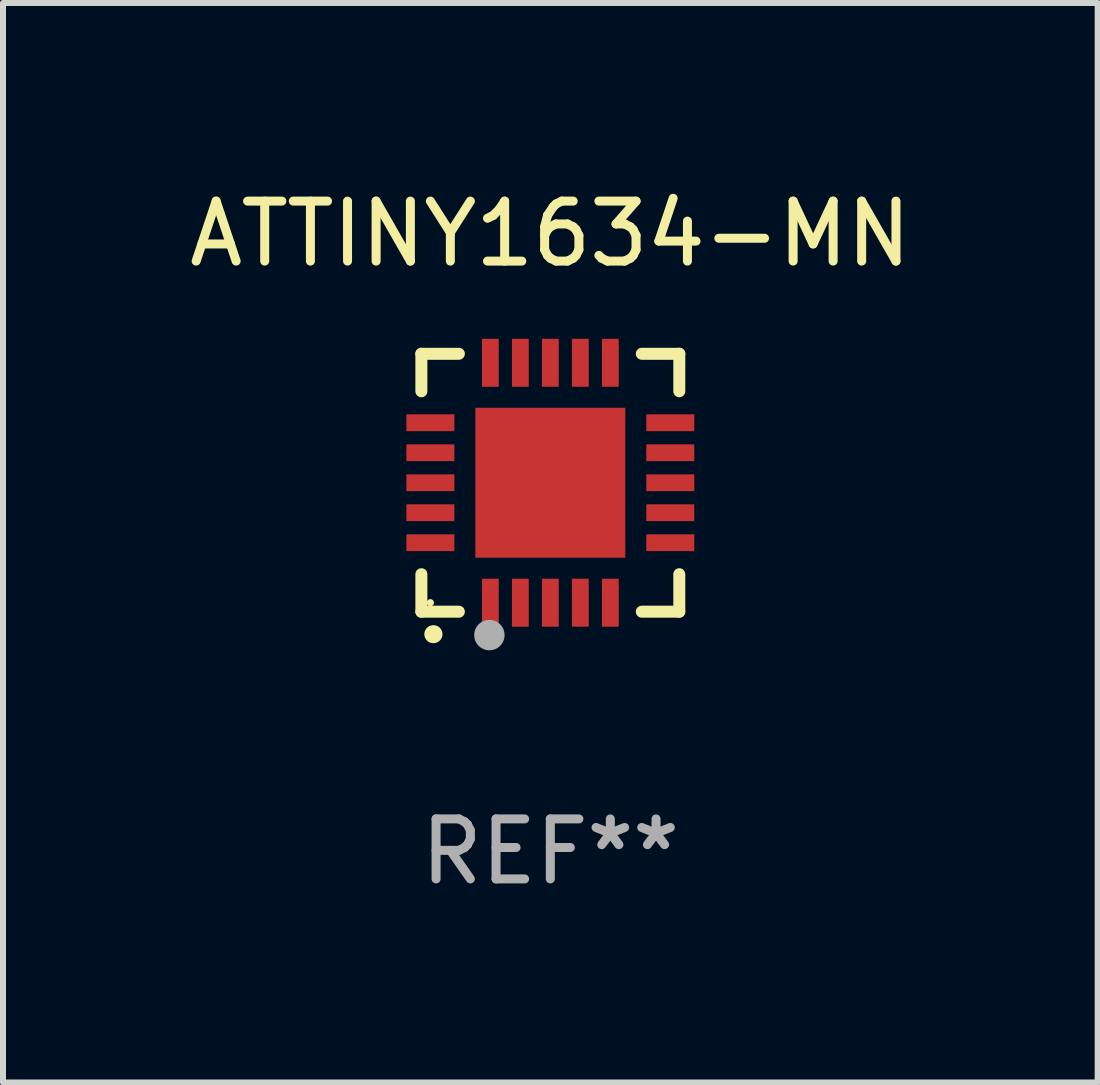
<source format=kicad_pcb>
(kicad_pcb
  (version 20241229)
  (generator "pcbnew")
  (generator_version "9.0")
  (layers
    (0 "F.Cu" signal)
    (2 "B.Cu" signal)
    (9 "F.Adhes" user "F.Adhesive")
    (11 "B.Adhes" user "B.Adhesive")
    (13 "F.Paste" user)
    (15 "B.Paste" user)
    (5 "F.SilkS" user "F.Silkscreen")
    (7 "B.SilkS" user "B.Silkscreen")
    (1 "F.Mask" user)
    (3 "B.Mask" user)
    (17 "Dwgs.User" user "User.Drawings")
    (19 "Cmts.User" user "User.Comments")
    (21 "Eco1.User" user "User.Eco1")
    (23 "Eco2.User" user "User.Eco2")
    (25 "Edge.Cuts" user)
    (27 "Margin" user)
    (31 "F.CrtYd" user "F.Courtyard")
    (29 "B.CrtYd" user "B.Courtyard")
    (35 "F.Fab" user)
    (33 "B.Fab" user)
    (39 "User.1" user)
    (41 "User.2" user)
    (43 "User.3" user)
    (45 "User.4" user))
  (footprint "ATTINY1634-MN"
    (layer "F.Cu")
    (at 6.125 4.998)
    (property "Reference" "ATTINY1634-MN" (at 0 -4.15 0) (layer "F.SilkS") (effects (font (size 1 1) (thickness 0.15))))
    (attr through_hole)
    (fp_line (start -2.15 -2.15) (end -2.15 -1.525) (stroke (width 0.2) (type solid)) (layer "F.SilkS"))
    (fp_line (start -2.15 2.15) (end -2.15 1.525) (stroke (width 0.2) (type solid)) (layer "F.SilkS"))
    (fp_line (start -1.525 -2.15) (end -2.15 -2.15) (stroke (width 0.2) (type solid)) (layer "F.SilkS"))
    (fp_line (start -1.525 2.15) (end -2.15 2.15) (stroke (width 0.2) (type solid)) (layer "F.SilkS"))
    (fp_line (start 1.525 2.15) (end 2.15 2.15) (stroke (width 0.2) (type solid)) (layer "F.SilkS"))
    (fp_line (start 2.15 -2.15) (end 1.525 -2.15) (stroke (width 0.2) (type solid)) (layer "F.SilkS"))
    (fp_line (start 2.15 -1.525) (end 2.15 -2.15) (stroke (width 0.2) (type solid)) (layer "F.SilkS"))
    (fp_line (start 2.15 2.15) (end 2.15 1.525) (stroke (width 0.2) (type solid)) (layer "F.SilkS"))
    (fp_arc (start -1.950724 2.524765) (mid -1.949454 2.52476) (end -1.948184 2.524765) (stroke (width 0.3) (type solid)) (layer "F.SilkS"))
    (fp_circle (center -2 2) (end -1.97 2) (stroke (width 0.06) (type solid)) (fill no) (layer "F.SilkS"))
    (fp_circle (center -1.016 2.54) (end -0.889 2.54) (stroke (width 0.254) (type solid)) (fill no) (layer "F.Fab"))
    (fp_text user "REF**" (at 0 6.15 0) (layer "F.Fab") (effects (font (size 1 1) (thickness 0.15))))
    (pad "1" smd rect (at -1 2) (size 0.28 0.8) (layers "F.Cu" "F.Mask" "F.Paste"))
    (pad "2" smd rect (at -0.5 2) (size 0.28 0.8) (layers "F.Cu" "F.Mask" "F.Paste"))
    (pad "3" smd rect (at 0 2) (size 0.28 0.8) (layers "F.Cu" "F.Mask" "F.Paste"))
    (pad "4" smd rect (at 0.5 2) (size 0.28 0.8) (layers "F.Cu" "F.Mask" "F.Paste"))
    (pad "5" smd rect (at 1 2) (size 0.28 0.8) (layers "F.Cu" "F.Mask" "F.Paste"))
    (pad "6" smd rect (at 2 1) (size 0.8 0.28) (layers "F.Cu" "F.Mask" "F.Paste"))
    (pad "7" smd rect (at 2 0.5) (size 0.8 0.28) (layers "F.Cu" "F.Mask" "F.Paste"))
    (pad "8" smd rect (at 2 0) (size 0.8 0.28) (layers "F.Cu" "F.Mask" "F.Paste"))
    (pad "9" smd rect (at 2 -0.5) (size 0.8 0.28) (layers "F.Cu" "F.Mask" "F.Paste"))
    (pad "10" smd rect (at 2 -1) (size 0.8 0.28) (layers "F.Cu" "F.Mask" "F.Paste"))
    (pad "11" smd rect (at 1 -2) (size 0.28 0.8) (layers "F.Cu" "F.Mask" "F.Paste"))
    (pad "12" smd rect (at 0.5 -2) (size 0.28 0.8) (layers "F.Cu" "F.Mask" "F.Paste"))
    (pad "13" smd rect (at 0 -2) (size 0.28 0.8) (layers "F.Cu" "F.Mask" "F.Paste"))
    (pad "14" smd rect (at -0.5 -2) (size 0.28 0.8) (layers "F.Cu" "F.Mask" "F.Paste"))
    (pad "15" smd rect (at -1 -2) (size 0.28 0.8) (layers "F.Cu" "F.Mask" "F.Paste"))
    (pad "16" smd rect (at -2 -1) (size 0.8 0.28) (layers "F.Cu" "F.Mask" "F.Paste"))
    (pad "17" smd rect (at -2 -0.5) (size 0.8 0.28) (layers "F.Cu" "F.Mask" "F.Paste"))
    (pad "18" smd rect (at -2 0) (size 0.8 0.28) (layers "F.Cu" "F.Mask" "F.Paste"))
    (pad "19" smd rect (at -2 0.5) (size 0.8 0.28) (layers "F.Cu" "F.Mask" "F.Paste"))
    (pad "20" smd rect (at -2 1) (size 0.8 0.28) (layers "F.Cu" "F.Mask" "F.Paste"))
    (pad "21" smd rect (at 0 0) (size 2.5 2.5) (layers "F.Cu" "F.Mask" "F.Paste")))
  (gr_rect
    (start -3 -3)
    (end 15.25 14.997)
    (stroke (width 0.1) (type default))
    (fill no)
    (layer "Edge.Cuts")))
</source>
